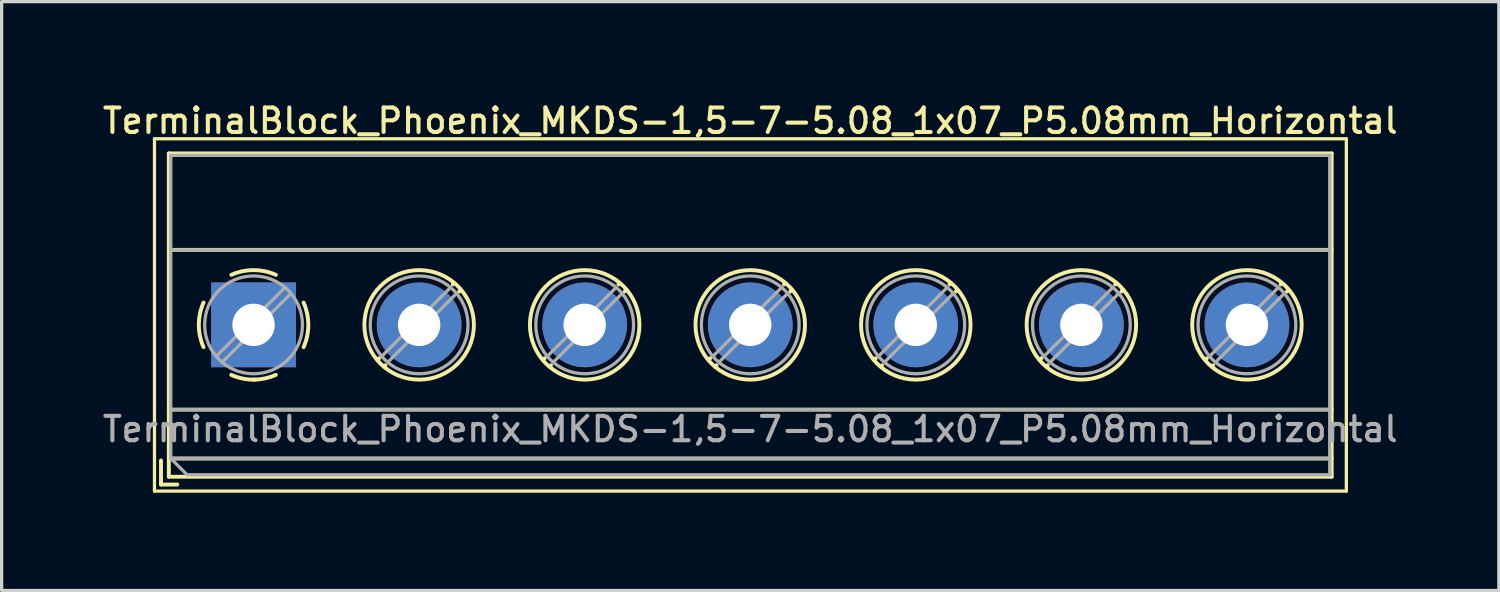
<source format=kicad_pcb>
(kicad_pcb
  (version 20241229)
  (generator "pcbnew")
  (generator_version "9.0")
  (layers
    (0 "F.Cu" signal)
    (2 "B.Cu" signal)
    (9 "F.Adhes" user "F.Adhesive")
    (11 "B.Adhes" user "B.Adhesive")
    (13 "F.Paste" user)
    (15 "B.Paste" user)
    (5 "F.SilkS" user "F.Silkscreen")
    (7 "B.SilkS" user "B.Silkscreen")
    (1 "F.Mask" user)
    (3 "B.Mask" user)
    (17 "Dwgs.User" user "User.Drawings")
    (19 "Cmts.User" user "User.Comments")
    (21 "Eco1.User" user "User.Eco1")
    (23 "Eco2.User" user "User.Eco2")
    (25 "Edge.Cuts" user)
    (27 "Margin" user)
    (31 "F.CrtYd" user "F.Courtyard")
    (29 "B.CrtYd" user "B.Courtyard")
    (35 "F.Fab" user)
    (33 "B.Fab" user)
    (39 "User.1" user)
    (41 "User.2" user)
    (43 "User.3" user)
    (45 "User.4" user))
  (footprint "TerminalBlock_Phoenix_MKDS-1,5-7-5.08_1x07_P5.08mm_Horizontal"
    (layer "F.Cu")
    (at 4.73 6.918)
    (property "Reference" "TerminalBlock_Phoenix_MKDS-1,5-7-5.08_1x07_P5.08mm_Horizontal" (at 15.24 -6.26 0) (layer "F.SilkS") (effects (font (size 0.75 0.75) (thickness 0.125))))
    (attr through_hole)
    (fp_line (start -3.04 -5.71) (end -3.04 5.1) (stroke (width 0.1) (type solid)) (layer "F.SilkS"))
    (fp_line (start -3.04 5.1) (end 33.53 5.1) (stroke (width 0.1) (type solid)) (layer "F.SilkS"))
    (fp_line (start -2.84 4.16) (end -2.84 4.9) (stroke (width 0.12) (type solid)) (layer "F.SilkS"))
    (fp_line (start -2.84 4.9) (end -2.34 4.9) (stroke (width 0.12) (type solid)) (layer "F.SilkS"))
    (fp_line (start -2.6 -5.261) (end -2.6 4.66) (stroke (width 0.12) (type solid)) (layer "F.SilkS"))
    (fp_line (start -2.6 -5.261) (end 33.08 -5.261) (stroke (width 0.12) (type solid)) (layer "F.SilkS"))
    (fp_line (start -2.6 -2.301) (end 33.08 -2.301) (stroke (width 0.12) (type solid)) (layer "F.SilkS"))
    (fp_line (start -2.6 2.6) (end 33.08 2.6) (stroke (width 0.12) (type solid)) (layer "F.SilkS"))
    (fp_line (start -2.6 4.1) (end 33.08 4.1) (stroke (width 0.12) (type solid)) (layer "F.SilkS"))
    (fp_line (start -2.6 4.66) (end 33.08 4.66) (stroke (width 0.12) (type solid)) (layer "F.SilkS"))
    (fp_line (start 3.853 1.023) (end 3.806 1.069) (stroke (width 0.12) (type solid)) (layer "F.SilkS"))
    (fp_line (start 4.046 1.239) (end 4.011 1.274) (stroke (width 0.12) (type solid)) (layer "F.SilkS"))
    (fp_line (start 6.15 -1.275) (end 6.115 -1.239) (stroke (width 0.12) (type solid)) (layer "F.SilkS"))
    (fp_line (start 6.355 -1.069) (end 6.308 -1.023) (stroke (width 0.12) (type solid)) (layer "F.SilkS"))
    (fp_line (start 8.933 1.023) (end 8.886 1.069) (stroke (width 0.12) (type solid)) (layer "F.SilkS"))
    (fp_line (start 9.126 1.239) (end 9.091 1.274) (stroke (width 0.12) (type solid)) (layer "F.SilkS"))
    (fp_line (start 11.23 -1.275) (end 11.195 -1.239) (stroke (width 0.12) (type solid)) (layer "F.SilkS"))
    (fp_line (start 11.435 -1.069) (end 11.388 -1.023) (stroke (width 0.12) (type solid)) (layer "F.SilkS"))
    (fp_line (start 14.013 1.023) (end 13.966 1.069) (stroke (width 0.12) (type solid)) (layer "F.SilkS"))
    (fp_line (start 14.206 1.239) (end 14.171 1.274) (stroke (width 0.12) (type solid)) (layer "F.SilkS"))
    (fp_line (start 16.31 -1.275) (end 16.275 -1.239) (stroke (width 0.12) (type solid)) (layer "F.SilkS"))
    (fp_line (start 16.515 -1.069) (end 16.468 -1.023) (stroke (width 0.12) (type solid)) (layer "F.SilkS"))
    (fp_line (start 19.093 1.023) (end 19.046 1.069) (stroke (width 0.12) (type solid)) (layer "F.SilkS"))
    (fp_line (start 19.286 1.239) (end 19.251 1.274) (stroke (width 0.12) (type solid)) (layer "F.SilkS"))
    (fp_line (start 21.39 -1.275) (end 21.355 -1.239) (stroke (width 0.12) (type solid)) (layer "F.SilkS"))
    (fp_line (start 21.595 -1.069) (end 21.548 -1.023) (stroke (width 0.12) (type solid)) (layer "F.SilkS"))
    (fp_line (start 24.173 1.023) (end 24.126 1.069) (stroke (width 0.12) (type solid)) (layer "F.SilkS"))
    (fp_line (start 24.366 1.239) (end 24.331 1.274) (stroke (width 0.12) (type solid)) (layer "F.SilkS"))
    (fp_line (start 26.47 -1.275) (end 26.435 -1.239) (stroke (width 0.12) (type solid)) (layer "F.SilkS"))
    (fp_line (start 26.675 -1.069) (end 26.628 -1.023) (stroke (width 0.12) (type solid)) (layer "F.SilkS"))
    (fp_line (start 29.253 1.023) (end 29.206 1.069) (stroke (width 0.12) (type solid)) (layer "F.SilkS"))
    (fp_line (start 29.446 1.239) (end 29.411 1.274) (stroke (width 0.12) (type solid)) (layer "F.SilkS"))
    (fp_line (start 31.55 -1.275) (end 31.515 -1.239) (stroke (width 0.12) (type solid)) (layer "F.SilkS"))
    (fp_line (start 31.755 -1.069) (end 31.708 -1.023) (stroke (width 0.12) (type solid)) (layer "F.SilkS"))
    (fp_line (start 33.08 -5.261) (end 33.08 4.66) (stroke (width 0.12) (type solid)) (layer "F.SilkS"))
    (fp_line (start 33.53 -5.71) (end -3.04 -5.71) (stroke (width 0.1) (type solid)) (layer "F.SilkS"))
    (fp_line (start 33.53 5.1) (end 33.53 -5.71) (stroke (width 0.1) (type solid)) (layer "F.SilkS"))
    (fp_arc (start -1.535427 0.683042) (mid -1.680501 -0.000524) (end -1.535 -0.684) (stroke (width 0.12) (type solid)) (layer "F.SilkS"))
    (fp_arc (start -0.683042 -1.535427) (mid 0.000524 -1.680501) (end 0.684 -1.535) (stroke (width 0.12) (type solid)) (layer "F.SilkS"))
    (fp_arc (start 0.028805 1.680253) (mid -0.335551 1.646659) (end -0.684 1.535) (stroke (width 0.12) (type solid)) (layer "F.SilkS"))
    (fp_arc (start 0.683318 1.534756) (mid 0.349292 1.643288) (end 0 1.68) (stroke (width 0.12) (type solid)) (layer "F.SilkS"))
    (fp_arc (start 1.535427 -0.683042) (mid 1.680501 0.000524) (end 1.535 0.684) (stroke (width 0.12) (type solid)) (layer "F.SilkS"))
    (fp_circle (center 5.08 0) (end 6.76 0) (stroke (width 0.12) (type solid)) (fill no) (layer "F.SilkS"))
    (fp_circle (center 10.16 0) (end 11.84 0) (stroke (width 0.12) (type solid)) (fill no) (layer "F.SilkS"))
    (fp_circle (center 15.24 0) (end 16.92 0) (stroke (width 0.12) (type solid)) (fill no) (layer "F.SilkS"))
    (fp_circle (center 20.32 0) (end 22 0) (stroke (width 0.12) (type solid)) (fill no) (layer "F.SilkS"))
    (fp_circle (center 25.4 0) (end 27.08 0) (stroke (width 0.12) (type solid)) (fill no) (layer "F.SilkS"))
    (fp_circle (center 30.48 0) (end 32.16 0) (stroke (width 0.12) (type solid)) (fill no) (layer "F.SilkS"))
    (fp_line (start -2.54 -5.2) (end 33.02 -5.2) (stroke (width 0.1) (type solid)) (layer "F.Fab"))
    (fp_line (start -2.54 -2.3) (end 33.02 -2.3) (stroke (width 0.1) (type solid)) (layer "F.Fab"))
    (fp_line (start -2.54 2.6) (end 33.02 2.6) (stroke (width 0.1) (type solid)) (layer "F.Fab"))
    (fp_line (start -2.54 4.1) (end -2.54 -5.2) (stroke (width 0.1) (type solid)) (layer "F.Fab"))
    (fp_line (start -2.54 4.1) (end 33.02 4.1) (stroke (width 0.1) (type solid)) (layer "F.Fab"))
    (fp_line (start -2.04 4.6) (end -2.54 4.1) (stroke (width 0.1) (type solid)) (layer "F.Fab"))
    (fp_line (start 0.955 -1.138) (end -1.138 0.955) (stroke (width 0.1) (type solid)) (layer "F.Fab"))
    (fp_line (start 1.138 -0.955) (end -0.955 1.138) (stroke (width 0.1) (type solid)) (layer "F.Fab"))
    (fp_line (start 6.035 -1.138) (end 3.943 0.955) (stroke (width 0.1) (type solid)) (layer "F.Fab"))
    (fp_line (start 6.218 -0.955) (end 4.126 1.138) (stroke (width 0.1) (type solid)) (layer "F.Fab"))
    (fp_line (start 11.115 -1.138) (end 9.023 0.955) (stroke (width 0.1) (type solid)) (layer "F.Fab"))
    (fp_line (start 11.298 -0.955) (end 9.206 1.138) (stroke (width 0.1) (type solid)) (layer "F.Fab"))
    (fp_line (start 16.195 -1.138) (end 14.103 0.955) (stroke (width 0.1) (type solid)) (layer "F.Fab"))
    (fp_line (start 16.378 -0.955) (end 14.286 1.138) (stroke (width 0.1) (type solid)) (layer "F.Fab"))
    (fp_line (start 21.275 -1.138) (end 19.183 0.955) (stroke (width 0.1) (type solid)) (layer "F.Fab"))
    (fp_line (start 21.458 -0.955) (end 19.366 1.138) (stroke (width 0.1) (type solid)) (layer "F.Fab"))
    (fp_line (start 26.355 -1.138) (end 24.263 0.955) (stroke (width 0.1) (type solid)) (layer "F.Fab"))
    (fp_line (start 26.538 -0.955) (end 24.446 1.138) (stroke (width 0.1) (type solid)) (layer "F.Fab"))
    (fp_line (start 31.435 -1.138) (end 29.343 0.955) (stroke (width 0.1) (type solid)) (layer "F.Fab"))
    (fp_line (start 31.618 -0.955) (end 29.526 1.138) (stroke (width 0.1) (type solid)) (layer "F.Fab"))
    (fp_line (start 33.02 -5.2) (end 33.02 4.6) (stroke (width 0.1) (type solid)) (layer "F.Fab"))
    (fp_line (start 33.02 4.6) (end -2.04 4.6) (stroke (width 0.1) (type solid)) (layer "F.Fab"))
    (fp_circle (center 0 0) (end 1.5 0) (stroke (width 0.1) (type solid)) (fill no) (layer "F.Fab"))
    (fp_circle (center 5.08 0) (end 6.58 0) (stroke (width 0.1) (type solid)) (fill no) (layer "F.Fab"))
    (fp_circle (center 10.16 0) (end 11.66 0) (stroke (width 0.1) (type solid)) (fill no) (layer "F.Fab"))
    (fp_circle (center 15.24 0) (end 16.74 0) (stroke (width 0.1) (type solid)) (fill no) (layer "F.Fab"))
    (fp_circle (center 20.32 0) (end 21.82 0) (stroke (width 0.1) (type solid)) (fill no) (layer "F.Fab"))
    (fp_circle (center 25.4 0) (end 26.9 0) (stroke (width 0.1) (type solid)) (fill no) (layer "F.Fab"))
    (fp_circle (center 30.48 0) (end 31.98 0) (stroke (width 0.1) (type solid)) (fill no) (layer "F.Fab"))
    (fp_text user "${REFERENCE}" (at 15.24 3.2 0) (layer "F.Fab") (effects (font (size 0.75 0.75) (thickness 0.125))))
    (pad "1" thru_hole rect (at 0 0) (size 2.6 2.6) (drill 1.3) (layers "*.Cu" "*.Mask"))
    (pad "2" thru_hole circle (at 5.08 0) (size 2.6 2.6) (drill 1.3) (layers "*.Cu" "*.Mask"))
    (pad "3" thru_hole circle (at 10.16 0) (size 2.6 2.6) (drill 1.3) (layers "*.Cu" "*.Mask"))
    (pad "4" thru_hole circle (at 15.24 0) (size 2.6 2.6) (drill 1.3) (layers "*.Cu" "*.Mask"))
    (pad "5" thru_hole circle (at 20.32 0) (size 2.6 2.6) (drill 1.3) (layers "*.Cu" "*.Mask"))
    (pad "6" thru_hole circle (at 25.4 0) (size 2.6 2.6) (drill 1.3) (layers "*.Cu" "*.Mask"))
    (pad "7" thru_hole circle (at 30.48 0) (size 2.6 2.6) (drill 1.3) (layers "*.Cu" "*.Mask")))
  (gr_rect
    (start -3 -3)
    (end 42.939 15.068)
    (stroke (width 0.1) (type default))
    (fill no)
    (layer "Edge.Cuts")))
</source>
